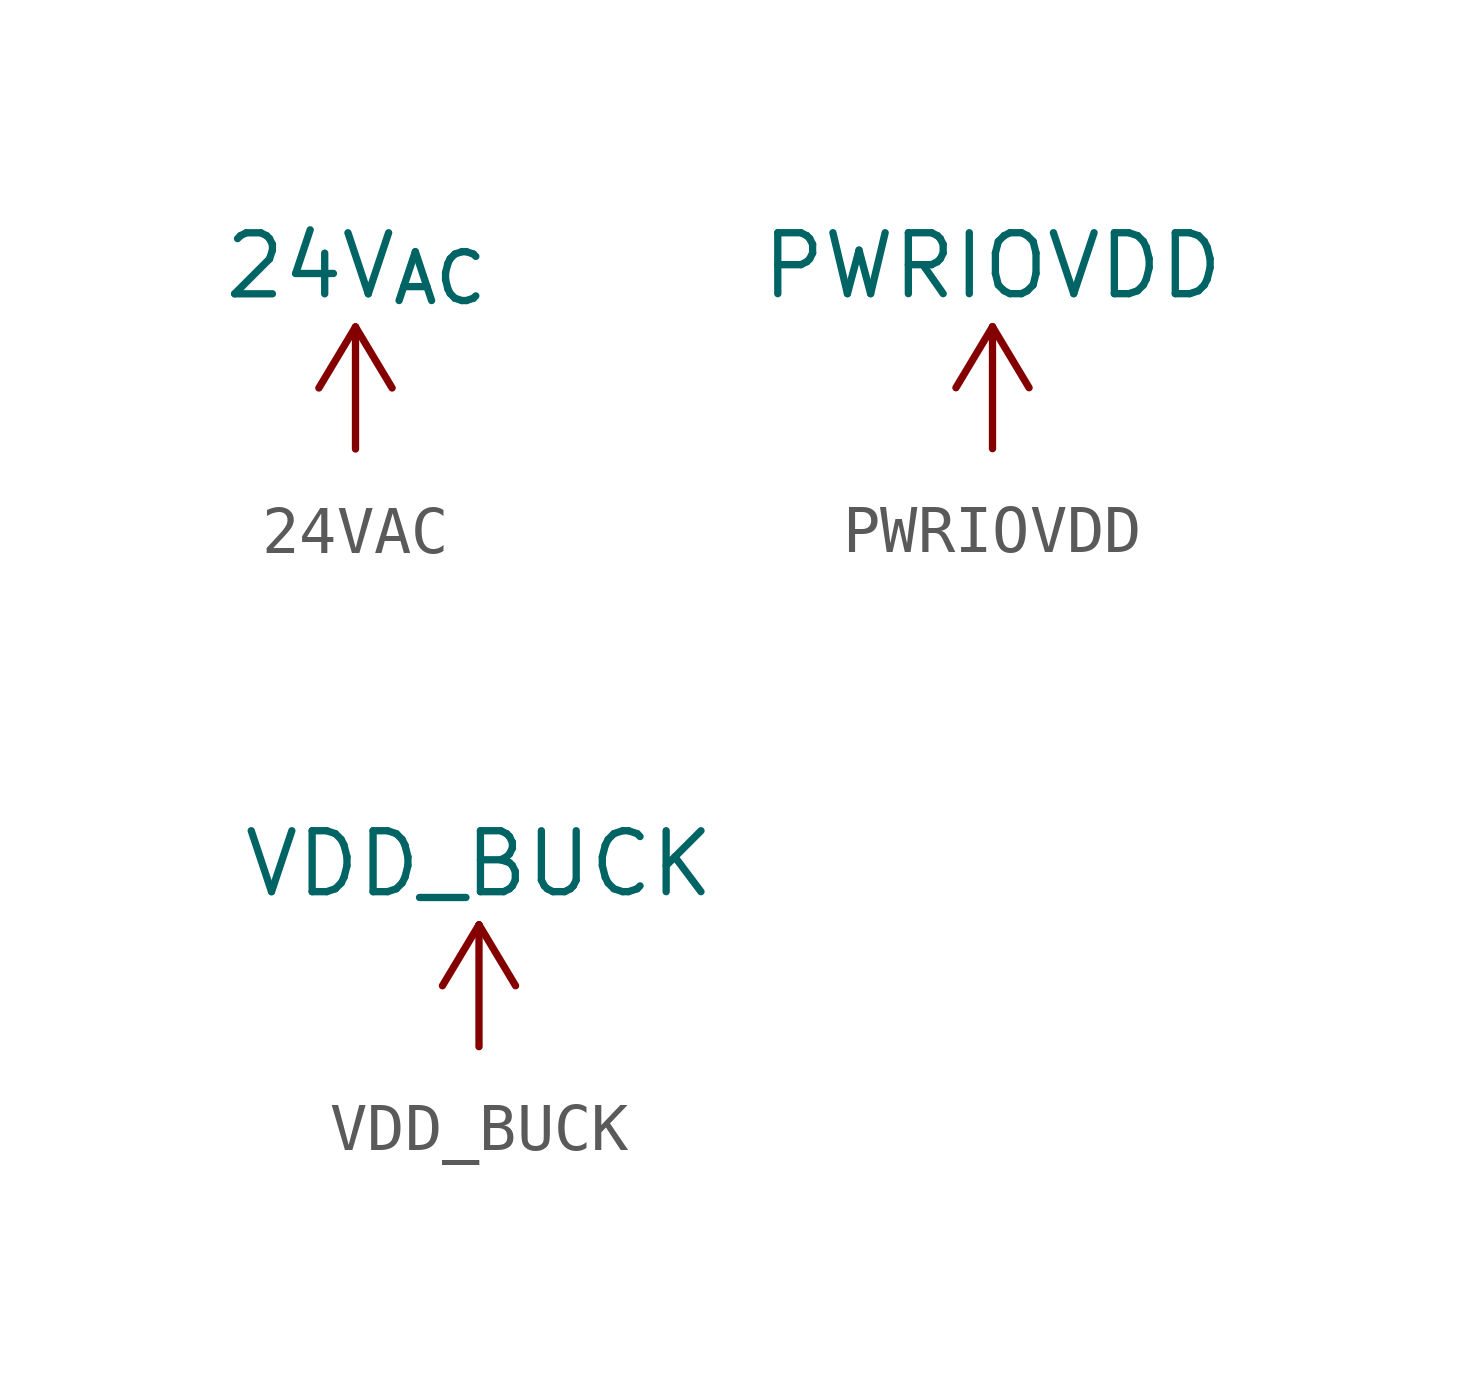
<source format=kicad_sym>
(kicad_symbol_lib
  (version 20231120)
  (generator "kicad_symbol_editor")
  (generator_version "8.0")
  (symbol "24VAC"
    (power)
    (pin_names
      (offset 0))
    (property "Reference" "#PWR"
      (at 0 -3.81 0)
      (effects (font (size 1.27 1.27)) (hide yes)))
    (property "Value" "24V_{AC}"
      (at 0 3.81 0)
      (effects (font (size 1.27 1.27))))
    (symbol "24VAC_0_1"
      (polyline (pts (xy -0.762 1.27) (xy 0 2.54)) (stroke (width 0) (type default)) (fill (type none)))
      (polyline (pts (xy 0 0) (xy 0 2.54)) (stroke (width 0) (type default)) (fill (type none)))
      (polyline (pts (xy 0 2.54) (xy 0.762 1.27)) (stroke (width 0) (type default)) (fill (type none))))
    (symbol "24VAC_1_1"
      (pin power_in line (at 0 0 90) (length 0) hide (name "IOVDD" (effects (font (size 1.27 1.27)))) (number "1" (effects (font (size 1.27 1.27)))))))
  (symbol "PWRIOVDD"
    (power)
    (pin_names
      (offset 0))
    (property "Reference" "#PWR"
      (at 0 -3.81 0)
      (effects (font (size 1.27 1.27)) (hide yes)))
    (property "Value" "PWRIOVDD"
      (at 0 3.81 0)
      (effects (font (size 1.27 1.27))))
    (symbol "PWRIOVDD_0_1"
      (polyline (pts (xy -0.762 1.27) (xy 0 2.54)) (stroke (width 0) (type default)) (fill (type none)))
      (polyline (pts (xy 0 0) (xy 0 2.54)) (stroke (width 0) (type default)) (fill (type none)))
      (polyline (pts (xy 0 2.54) (xy 0.762 1.27)) (stroke (width 0) (type default)) (fill (type none))))
    (symbol "PWRIOVDD_1_1"
      (pin power_in line (at 0 0 90) (length 0) hide (name "PWRIOVDD" (effects (font (size 1.27 1.27)))) (number "1" (effects (font (size 1.27 1.27)))))))
  (symbol "VDD_BUCK"
    (power)
    (pin_names
      (offset 0))
    (property "Reference" "#PWR"
      (at 0 -3.81 0)
      (effects (font (size 1.27 1.27)) (hide yes)))
    (property "Value" "VDD_BUCK"
      (at 0 3.81 0)
      (effects (font (size 1.27 1.27))))
    (symbol "VDD_BUCK_0_1"
      (polyline (pts (xy -0.762 1.27) (xy 0 2.54)) (stroke (width 0) (type default)) (fill (type none)))
      (polyline (pts (xy 0 0) (xy 0 2.54)) (stroke (width 0) (type default)) (fill (type none)))
      (polyline (pts (xy 0 2.54) (xy 0.762 1.27)) (stroke (width 0) (type default)) (fill (type none))))
    (symbol "VDD_BUCK_1_1"
      (pin power_in line (at 0 0 90) (length 0) hide (name "VDD_BUCK" (effects (font (size 1.27 1.27)))) (number "1" (effects (font (size 1.27 1.27))))))))
</source>
